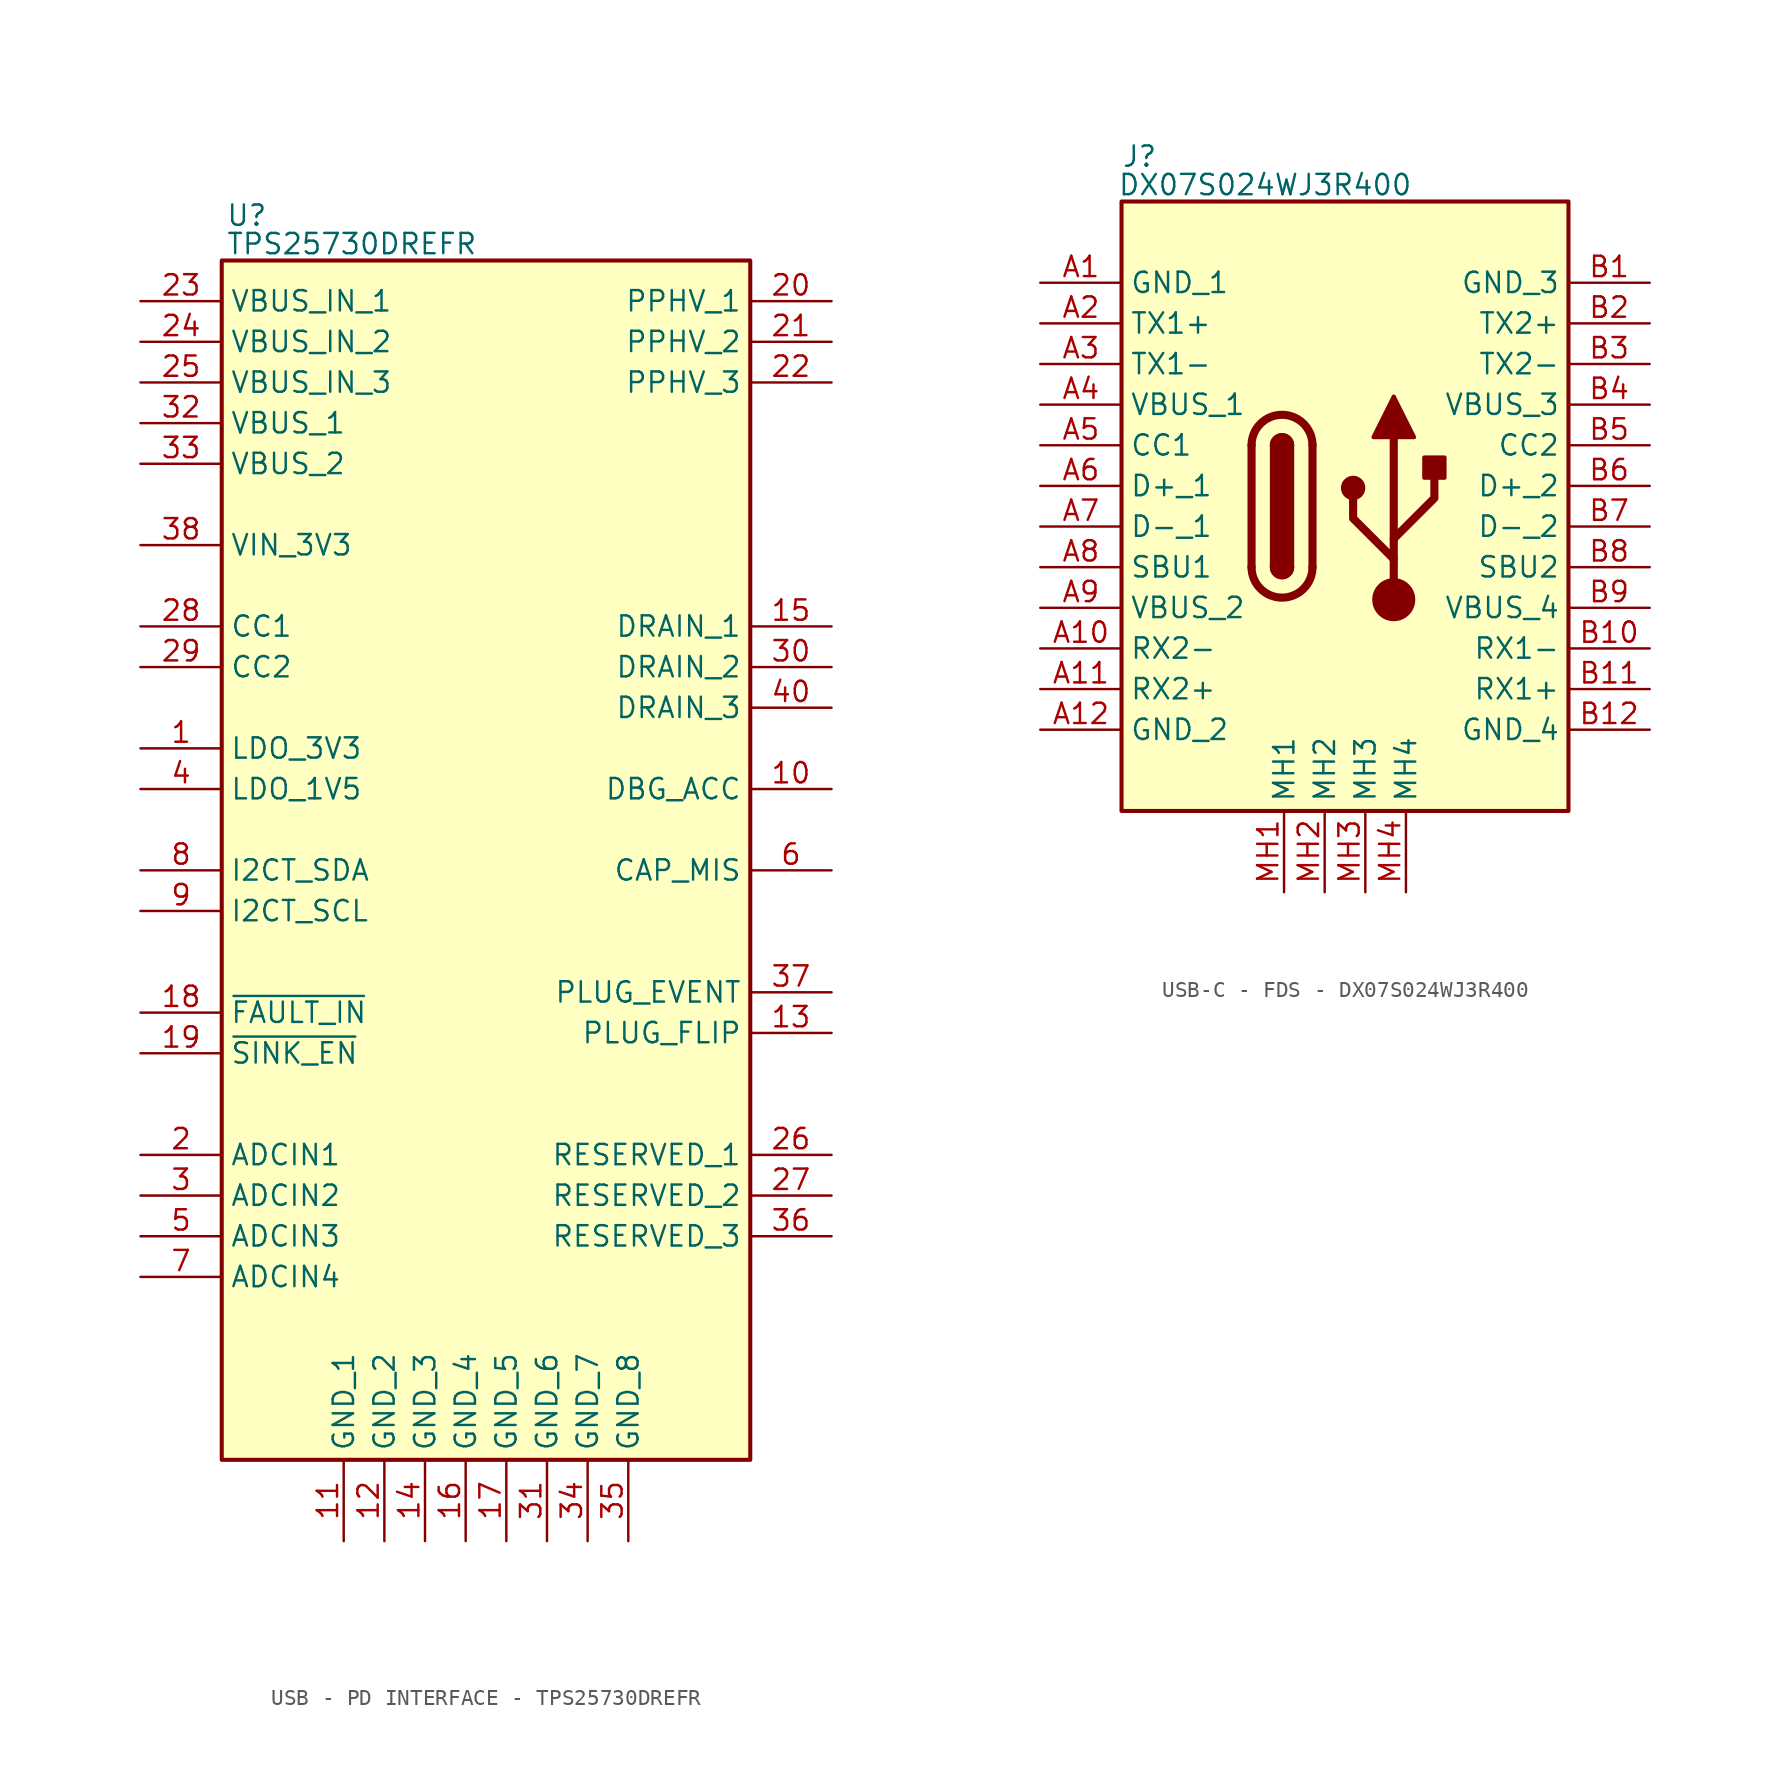
<source format=kicad_sym>
(kicad_symbol_lib
  (version 20241209)
  (generator "kicad_symbol_editor")
  (generator_version "9.0")
  (symbol "USB - PD INTERFACE - TPS25730DREFR"
    (property "Reference" "U"
      (at -16.256 31.496 0)
      (effects (font (size 1.27 1.27)) (justify left top)))
    (property "Value" "TPS25730DREFR"
      (at -16.256 29.718 0)
      (effects (font (size 1.27 1.27)) (justify left top)))
    (symbol "USB - PD INTERFACE - TPS25730DREFR_1_1"
      (rectangle (start -16.51 27.94) (end 16.51 -46.99) (stroke (width 0.254) (type default)) (fill (type background)))
      (pin passive line (at -21.59 25.4 0) (length 5.08) (name "VBUS_IN_1" (effects (font (size 1.27 1.27)))) (number "23" (effects (font (size 1.27 1.27)))))
      (pin passive line (at -21.59 22.86 0) (length 5.08) (name "VBUS_IN_2" (effects (font (size 1.27 1.27)))) (number "24" (effects (font (size 1.27 1.27)))))
      (pin passive line (at -21.59 20.32 0) (length 5.08) (name "VBUS_IN_3" (effects (font (size 1.27 1.27)))) (number "25" (effects (font (size 1.27 1.27)))))
      (pin passive line (at -21.59 20.32 0) (length 5.08) (hide yes) (name "VBUS_IN_4" (effects (font (size 1.27 1.27)))) (number "42" (effects (font (size 1.27 1.27)))))
      (pin passive line (at -21.59 17.78 0) (length 5.08) (name "VBUS_1" (effects (font (size 1.27 1.27)))) (number "32" (effects (font (size 1.27 1.27)))))
      (pin passive line (at -21.59 15.24 0) (length 5.08) (name "VBUS_2" (effects (font (size 1.27 1.27)))) (number "33" (effects (font (size 1.27 1.27)))))
      (pin passive line (at -21.59 15.24 0) (length 5.08) (hide yes) (name "VBUS_3" (effects (font (size 1.27 1.27)))) (number "43" (effects (font (size 1.27 1.27)))))
      (pin passive line (at -21.59 10.16 0) (length 5.08) (name "VIN_3V3" (effects (font (size 1.27 1.27)))) (number "38" (effects (font (size 1.27 1.27)))))
      (pin passive line (at -21.59 5.08 0) (length 5.08) (name "CC1" (effects (font (size 1.27 1.27)))) (number "28" (effects (font (size 1.27 1.27)))))
      (pin passive line (at -21.59 2.54 0) (length 5.08) (name "CC2" (effects (font (size 1.27 1.27)))) (number "29" (effects (font (size 1.27 1.27)))))
      (pin passive line (at -21.59 -2.54 0) (length 5.08) (name "LDO_3V3" (effects (font (size 1.27 1.27)))) (number "1" (effects (font (size 1.27 1.27)))))
      (pin passive line (at -21.59 -5.08 0) (length 5.08) (name "LDO_1V5" (effects (font (size 1.27 1.27)))) (number "4" (effects (font (size 1.27 1.27)))))
      (pin passive line (at -21.59 -10.16 0) (length 5.08) (name "I2CT_SDA" (effects (font (size 1.27 1.27)))) (number "8" (effects (font (size 1.27 1.27)))))
      (pin passive line (at -21.59 -12.7 0) (length 5.08) (name "I2CT_SCL" (effects (font (size 1.27 1.27)))) (number "9" (effects (font (size 1.27 1.27)))))
      (pin passive line (at -21.59 -19.05 0) (length 5.08) (name "~{FAULT_IN}" (effects (font (size 1.27 1.27)))) (number "18" (effects (font (size 1.27 1.27)))))
      (pin passive line (at -21.59 -21.59 0) (length 5.08) (name "~{SINK_EN}" (effects (font (size 1.27 1.27)))) (number "19" (effects (font (size 1.27 1.27)))))
      (pin passive line (at -21.59 -27.94 0) (length 5.08) (name "ADCIN1" (effects (font (size 1.27 1.27)))) (number "2" (effects (font (size 1.27 1.27)))))
      (pin passive line (at -21.59 -30.48 0) (length 5.08) (name "ADCIN2" (effects (font (size 1.27 1.27)))) (number "3" (effects (font (size 1.27 1.27)))))
      (pin passive line (at -21.59 -33.02 0) (length 5.08) (name "ADCIN3" (effects (font (size 1.27 1.27)))) (number "5" (effects (font (size 1.27 1.27)))))
      (pin passive line (at -21.59 -35.56 0) (length 5.08) (name "ADCIN4" (effects (font (size 1.27 1.27)))) (number "7" (effects (font (size 1.27 1.27)))))
      (pin passive line (at -8.89 -52.07 90) (length 5.08) (name "GND_1" (effects (font (size 1.27 1.27)))) (number "11" (effects (font (size 1.27 1.27)))))
      (pin passive line (at -6.35 -52.07 90) (length 5.08) (name "GND_2" (effects (font (size 1.27 1.27)))) (number "12" (effects (font (size 1.27 1.27)))))
      (pin passive line (at -3.81 -52.07 90) (length 5.08) (name "GND_3" (effects (font (size 1.27 1.27)))) (number "14" (effects (font (size 1.27 1.27)))))
      (pin passive line (at -1.27 -52.07 90) (length 5.08) (name "GND_4" (effects (font (size 1.27 1.27)))) (number "16" (effects (font (size 1.27 1.27)))))
      (pin passive line (at 1.27 -52.07 90) (length 5.08) (name "GND_5" (effects (font (size 1.27 1.27)))) (number "17" (effects (font (size 1.27 1.27)))))
      (pin passive line (at 3.81 -52.07 90) (length 5.08) (name "GND_6" (effects (font (size 1.27 1.27)))) (number "31" (effects (font (size 1.27 1.27)))))
      (pin passive line (at 6.35 -52.07 90) (length 5.08) (name "GND_7" (effects (font (size 1.27 1.27)))) (number "34" (effects (font (size 1.27 1.27)))))
      (pin passive line (at 6.35 -52.07 90) (length 5.08) (hide yes) (name "GND_9" (effects (font (size 1.27 1.27)))) (number "39" (effects (font (size 1.27 1.27)))))
      (pin passive line (at 8.89 -52.07 90) (length 5.08) (name "GND_8" (effects (font (size 1.27 1.27)))) (number "35" (effects (font (size 1.27 1.27)))))
      (pin passive line (at 8.89 -52.07 90) (length 5.08) (hide yes) (name "GND_10" (effects (font (size 1.27 1.27)))) (number "44" (effects (font (size 1.27 1.27)))))
      (pin passive line (at 21.59 25.4 180) (length 5.08) (name "PPHV_1" (effects (font (size 1.27 1.27)))) (number "20" (effects (font (size 1.27 1.27)))))
      (pin passive line (at 21.59 22.86 180) (length 5.08) (name "PPHV_2" (effects (font (size 1.27 1.27)))) (number "21" (effects (font (size 1.27 1.27)))))
      (pin passive line (at 21.59 20.32 180) (length 5.08) (name "PPHV_3" (effects (font (size 1.27 1.27)))) (number "22" (effects (font (size 1.27 1.27)))))
      (pin passive line (at 21.59 20.32 180) (length 5.08) (hide yes) (name "PPHV_4" (effects (font (size 1.27 1.27)))) (number "41" (effects (font (size 1.27 1.27)))))
      (pin passive line (at 21.59 5.08 180) (length 5.08) (name "DRAIN_1" (effects (font (size 1.27 1.27)))) (number "15" (effects (font (size 1.27 1.27)))))
      (pin passive line (at 21.59 2.54 180) (length 5.08) (name "DRAIN_2" (effects (font (size 1.27 1.27)))) (number "30" (effects (font (size 1.27 1.27)))))
      (pin passive line (at 21.59 0 180) (length 5.08) (name "DRAIN_3" (effects (font (size 1.27 1.27)))) (number "40" (effects (font (size 1.27 1.27)))))
      (pin passive line (at 21.59 -5.08 180) (length 5.08) (name "DBG_ACC" (effects (font (size 1.27 1.27)))) (number "10" (effects (font (size 1.27 1.27)))))
      (pin passive line (at 21.59 -10.16 180) (length 5.08) (name "CAP_MIS" (effects (font (size 1.27 1.27)))) (number "6" (effects (font (size 1.27 1.27)))))
      (pin passive line (at 21.59 -17.78 180) (length 5.08) (name "PLUG_EVENT" (effects (font (size 1.27 1.27)))) (number "37" (effects (font (size 1.27 1.27)))))
      (pin passive line (at 21.59 -20.32 180) (length 5.08) (name "PLUG_FLIP" (effects (font (size 1.27 1.27)))) (number "13" (effects (font (size 1.27 1.27)))))
      (pin passive line (at 21.59 -27.94 180) (length 5.08) (name "RESERVED_1" (effects (font (size 1.27 1.27)))) (number "26" (effects (font (size 1.27 1.27)))))
      (pin passive line (at 21.59 -30.48 180) (length 5.08) (name "RESERVED_2" (effects (font (size 1.27 1.27)))) (number "27" (effects (font (size 1.27 1.27)))))
      (pin passive line (at 21.59 -33.02 180) (length 5.08) (name "RESERVED_3" (effects (font (size 1.27 1.27)))) (number "36" (effects (font (size 1.27 1.27)))))))
  (symbol "USB-C - FDS - DX07S024WJ3R400"
    (property "Reference" "J"
      (at -13.97 21.336 0)
      (effects (font (size 1.27 1.27)) (justify left top)))
    (property "Value" "DX07S024WJ3R400"
      (at -14.224 19.558 0)
      (effects (font (size 1.27 1.27)) (justify left top)))
    (symbol "USB-C - FDS - DX07S024WJ3R400_0_1"
      (polyline (pts (xy -5.842 -5.08) (xy -5.842 2.54)) (stroke (width 0.508) (type default)) (fill (type none)))
      (rectangle (start -4.572 -5.08) (end -3.302 2.54) (stroke (width 0.254) (type default)) (fill (type outline)))
      (arc (start -4.572 2.54) (mid -3.937 3.1723) (end -3.302 2.54) (stroke (width 0.254) (type default)) (fill (type none)))
      (arc (start -4.572 2.54) (mid -3.937 3.1723) (end -3.302 2.54) (stroke (width 0.254) (type default)) (fill (type outline)))
      (arc (start -5.842 2.54) (mid -3.937 4.4367) (end -2.032 2.54) (stroke (width 0.508) (type default)) (fill (type none)))
      (arc (start -2.032 -5.08) (mid -3.937 -6.9767) (end -5.842 -5.08) (stroke (width 0.508) (type default)) (fill (type none)))
      (arc (start -3.302 -5.08) (mid -3.937 -5.7123) (end -4.572 -5.08) (stroke (width 0.254) (type default)) (fill (type none)))
      (arc (start -3.302 -5.08) (mid -3.937 -5.7123) (end -4.572 -5.08) (stroke (width 0.254) (type default)) (fill (type outline)))
      (polyline (pts (xy -2.032 2.54) (xy -2.032 -5.08)) (stroke (width 0.508) (type default)) (fill (type none)))
      (circle (center 0.508 -0.127) (radius 0.635) (stroke (width 0.254) (type default)) (fill (type outline)))
      (polyline (pts (xy 1.778 3.048) (xy 3.048 5.588) (xy 4.318 3.048) (xy 1.778 3.048)) (stroke (width 0.254) (type default)) (fill (type outline)))
      (polyline (pts (xy 3.048 -3.302) (xy 5.588 -0.762) (xy 5.588 0.508)) (stroke (width 0.508) (type default)) (fill (type none)))
      (polyline (pts (xy 3.048 -4.572) (xy 0.508 -2.032) (xy 0.508 -0.762)) (stroke (width 0.508) (type default)) (fill (type none)))
      (polyline (pts (xy 3.048 -7.112) (xy 3.048 3.048)) (stroke (width 0.508) (type default)) (fill (type none)))
      (circle (center 3.048 -7.112) (radius 1.27) (stroke (width 0) (type default)) (fill (type outline)))
      (rectangle (start 4.953 0.508) (end 6.223 1.778) (stroke (width 0.254) (type default)) (fill (type outline))))
    (symbol "USB-C - FDS - DX07S024WJ3R400_1_1"
      (rectangle (start -13.97 17.78) (end 13.97 -20.32) (stroke (width 0.254) (type default)) (fill (type background)))
      (pin passive line (at -19.05 12.7 0) (length 5.08) (name "GND_1" (effects (font (size 1.27 1.27)))) (number "A1" (effects (font (size 1.27 1.27)))))
      (pin passive line (at -19.05 10.16 0) (length 5.08) (name "TX1+" (effects (font (size 1.27 1.27)))) (number "A2" (effects (font (size 1.27 1.27)))))
      (pin passive line (at -19.05 7.62 0) (length 5.08) (name "TX1-" (effects (font (size 1.27 1.27)))) (number "A3" (effects (font (size 1.27 1.27)))))
      (pin passive line (at -19.05 5.08 0) (length 5.08) (name "VBUS_1" (effects (font (size 1.27 1.27)))) (number "A4" (effects (font (size 1.27 1.27)))))
      (pin passive line (at -19.05 2.54 0) (length 5.08) (name "CC1" (effects (font (size 1.27 1.27)))) (number "A5" (effects (font (size 1.27 1.27)))))
      (pin passive line (at -19.05 0 0) (length 5.08) (name "D+_1" (effects (font (size 1.27 1.27)))) (number "A6" (effects (font (size 1.27 1.27)))))
      (pin passive line (at -19.05 -2.54 0) (length 5.08) (name "D-_1" (effects (font (size 1.27 1.27)))) (number "A7" (effects (font (size 1.27 1.27)))))
      (pin passive line (at -19.05 -5.08 0) (length 5.08) (name "SBU1" (effects (font (size 1.27 1.27)))) (number "A8" (effects (font (size 1.27 1.27)))))
      (pin passive line (at -19.05 -7.62 0) (length 5.08) (name "VBUS_2" (effects (font (size 1.27 1.27)))) (number "A9" (effects (font (size 1.27 1.27)))))
      (pin passive line (at -19.05 -10.16 0) (length 5.08) (name "RX2-" (effects (font (size 1.27 1.27)))) (number "A10" (effects (font (size 1.27 1.27)))))
      (pin passive line (at -19.05 -12.7 0) (length 5.08) (name "RX2+" (effects (font (size 1.27 1.27)))) (number "A11" (effects (font (size 1.27 1.27)))))
      (pin passive line (at -19.05 -15.24 0) (length 5.08) (name "GND_2" (effects (font (size 1.27 1.27)))) (number "A12" (effects (font (size 1.27 1.27)))))
      (pin passive line (at -3.81 -25.4 90) (length 5.08) (name "MH1" (effects (font (size 1.27 1.27)))) (number "MH1" (effects (font (size 1.27 1.27)))))
      (pin passive line (at -1.27 -25.4 90) (length 5.08) (name "MH2" (effects (font (size 1.27 1.27)))) (number "MH2" (effects (font (size 1.27 1.27)))))
      (pin passive line (at 1.27 -25.4 90) (length 5.08) (name "MH3" (effects (font (size 1.27 1.27)))) (number "MH3" (effects (font (size 1.27 1.27)))))
      (pin passive line (at 3.81 -25.4 90) (length 5.08) (name "MH4" (effects (font (size 1.27 1.27)))) (number "MH4" (effects (font (size 1.27 1.27)))))
      (pin passive line (at 19.05 12.7 180) (length 5.08) (name "GND_3" (effects (font (size 1.27 1.27)))) (number "B1" (effects (font (size 1.27 1.27)))))
      (pin passive line (at 19.05 10.16 180) (length 5.08) (name "TX2+" (effects (font (size 1.27 1.27)))) (number "B2" (effects (font (size 1.27 1.27)))))
      (pin passive line (at 19.05 7.62 180) (length 5.08) (name "TX2-" (effects (font (size 1.27 1.27)))) (number "B3" (effects (font (size 1.27 1.27)))))
      (pin passive line (at 19.05 5.08 180) (length 5.08) (name "VBUS_3" (effects (font (size 1.27 1.27)))) (number "B4" (effects (font (size 1.27 1.27)))))
      (pin passive line (at 19.05 2.54 180) (length 5.08) (name "CC2" (effects (font (size 1.27 1.27)))) (number "B5" (effects (font (size 1.27 1.27)))))
      (pin passive line (at 19.05 0 180) (length 5.08) (name "D+_2" (effects (font (size 1.27 1.27)))) (number "B6" (effects (font (size 1.27 1.27)))))
      (pin passive line (at 19.05 -2.54 180) (length 5.08) (name "D-_2" (effects (font (size 1.27 1.27)))) (number "B7" (effects (font (size 1.27 1.27)))))
      (pin passive line (at 19.05 -5.08 180) (length 5.08) (name "SBU2" (effects (font (size 1.27 1.27)))) (number "B8" (effects (font (size 1.27 1.27)))))
      (pin passive line (at 19.05 -7.62 180) (length 5.08) (name "VBUS_4" (effects (font (size 1.27 1.27)))) (number "B9" (effects (font (size 1.27 1.27)))))
      (pin passive line (at 19.05 -10.16 180) (length 5.08) (name "RX1-" (effects (font (size 1.27 1.27)))) (number "B10" (effects (font (size 1.27 1.27)))))
      (pin passive line (at 19.05 -12.7 180) (length 5.08) (name "RX1+" (effects (font (size 1.27 1.27)))) (number "B11" (effects (font (size 1.27 1.27)))))
      (pin passive line (at 19.05 -15.24 180) (length 5.08) (name "GND_4" (effects (font (size 1.27 1.27)))) (number "B12" (effects (font (size 1.27 1.27))))))))
</source>
